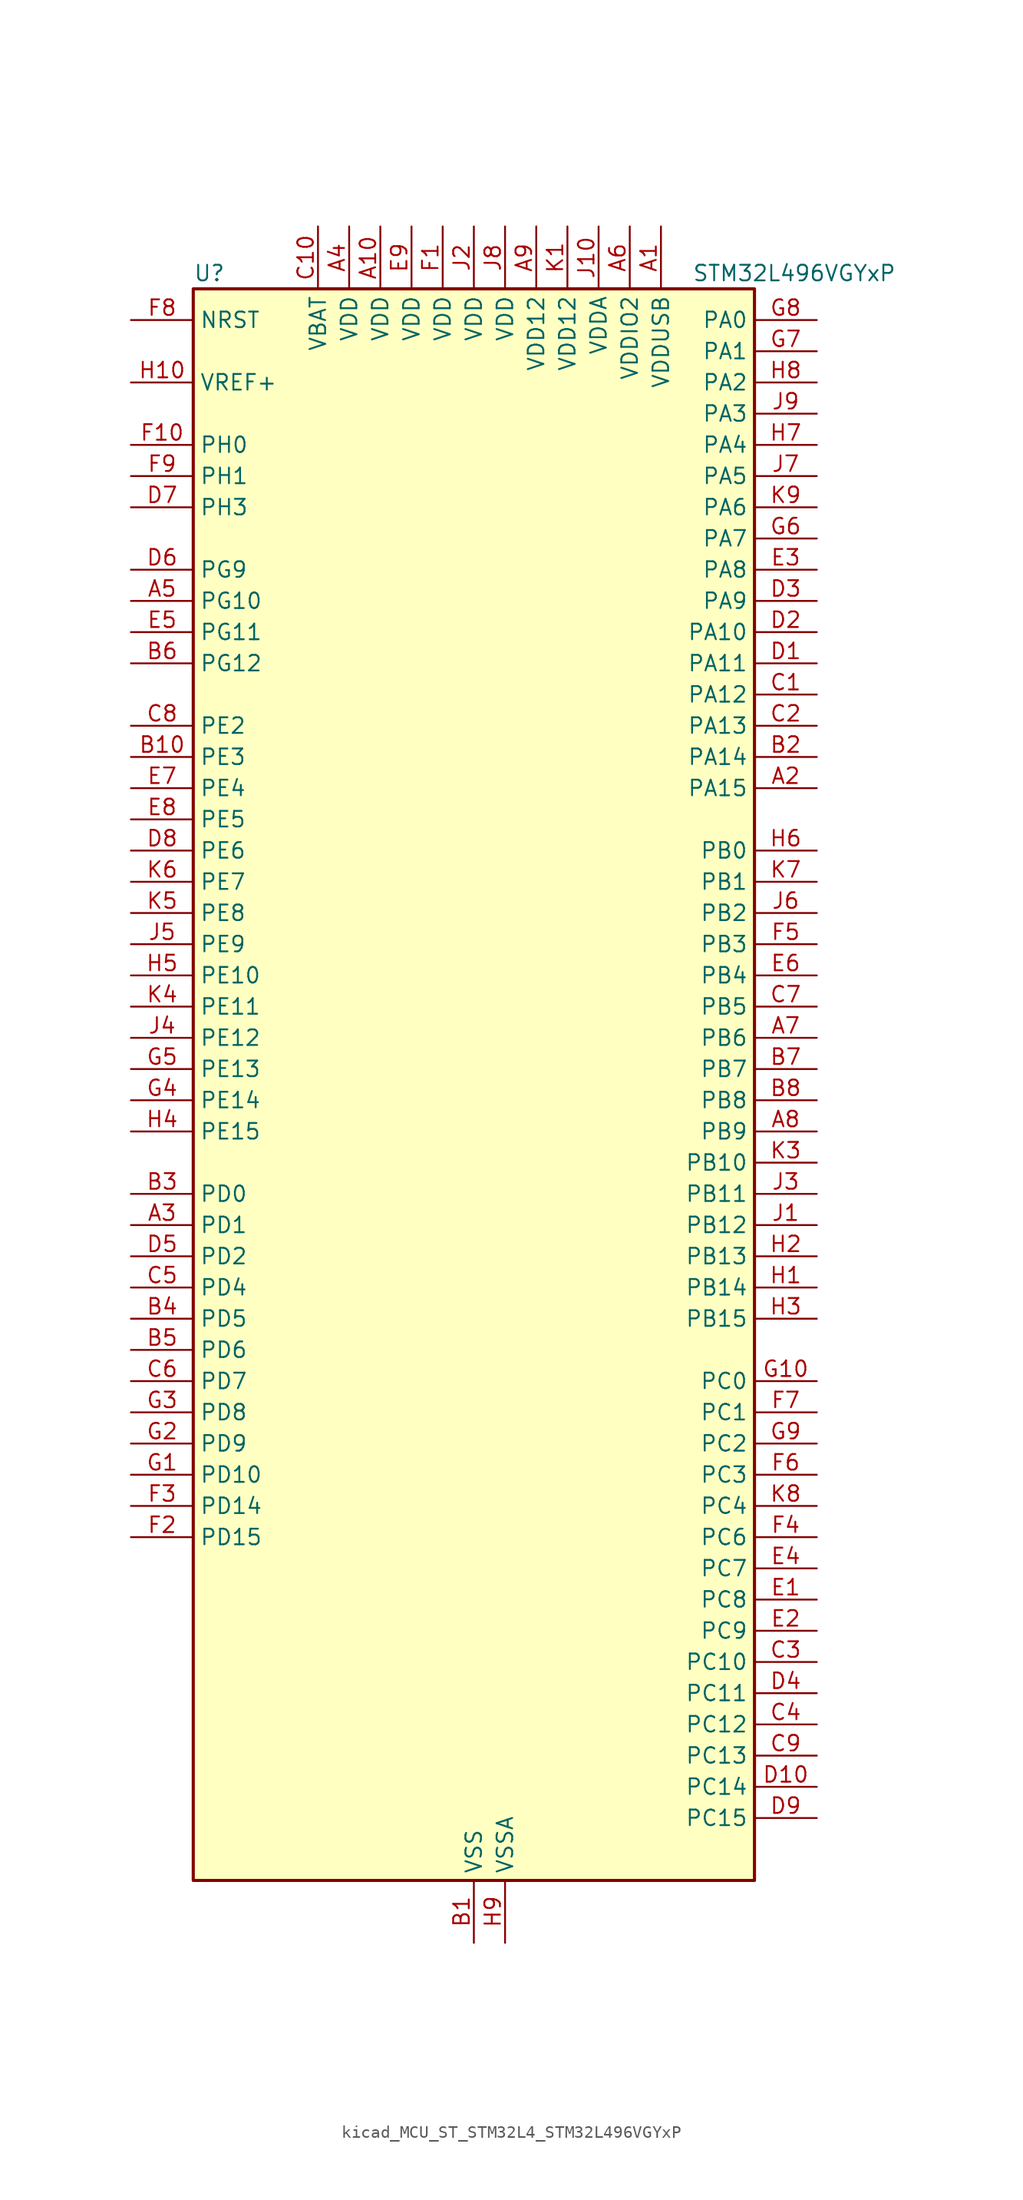
<source format=kicad_sym>
(kicad_symbol_lib
  (version 20220914)
  (generator kicad_symbol_editor)
  (symbol "kicad_MCU_ST_STM32L4_STM32L496VGYxP"
    (property "Reference" "U"
      (at -22.86 67.31 0)
      (effects (font (size 1.27 1.27)) (justify left)))
    (property "Value" "STM32L496VGYxP"
      (at 17.78 67.31 0)
      (effects (font (size 1.27 1.27)) (justify left)))
    (property "ki_locked" ""
      (at 0 0 0)
      (effects (font (size 1.27 1.27))))
    (symbol "kicad_MCU_ST_STM32L4_STM32L496VGYxP_0_1"
      (rectangle (start -22.86 -63.5) (end 22.86 66.04) (stroke (width 0.254) (type default)) (fill (type background))))
    (symbol "kicad_MCU_ST_STM32L4_STM32L496VGYxP_1_1"
      (pin power_in line (at 15.24 71.12 270) (length 5.08) (name "VDDUSB" (effects (font (size 1.27 1.27)))) (number "A1" (effects (font (size 1.27 1.27)))))
      (pin power_in line (at -7.62 71.12 270) (length 5.08) (name "VDD" (effects (font (size 1.27 1.27)))) (number "A10" (effects (font (size 1.27 1.27)))))
      (pin bidirectional line (at 27.94 25.4 180) (length 5.08) (name "PA15" (effects (font (size 1.27 1.27)))) (number "A2" (effects (font (size 1.27 1.27)))) (alternate "ADC1_EXTI15" bidirectional line) (alternate "ADC2_EXTI15" bidirectional line) (alternate "ADC3_EXTI15" bidirectional line) (alternate "LCD_SEG17" bidirectional line) (alternate "SAI2_FS_B" bidirectional line) (alternate "SPI1_NSS" bidirectional line) (alternate "SPI3_NSS" bidirectional line) (alternate "SWPMI1_SUSPEND" bidirectional line) (alternate "SYS_JTDI" bidirectional line) (alternate "TIM2_CH1" bidirectional line) (alternate "TIM2_ETR" bidirectional line) (alternate "TSC_G3_IO1" bidirectional line) (alternate "UART4_DE" bidirectional line) (alternate "UART4_RTS" bidirectional line) (alternate "USART2_RX" bidirectional line) (alternate "USART3_DE" bidirectional line) (alternate "USART3_RTS" bidirectional line))
      (pin bidirectional line (at -27.94 -10.16 0) (length 5.08) (name "PD1" (effects (font (size 1.27 1.27)))) (number "A3" (effects (font (size 1.27 1.27)))) (alternate "CAN1_TX" bidirectional line) (alternate "DFSDM1_CKIN7" bidirectional line) (alternate "FMC_D3" bidirectional line) (alternate "FMC_DA3" bidirectional line) (alternate "SPI2_SCK" bidirectional line))
      (pin power_in line (at -10.16 71.12 270) (length 5.08) (name "VDD" (effects (font (size 1.27 1.27)))) (number "A4" (effects (font (size 1.27 1.27)))))
      (pin bidirectional line (at -27.94 40.64 0) (length 5.08) (name "PG10" (effects (font (size 1.27 1.27)))) (number "A5" (effects (font (size 1.27 1.27)))) (alternate "LPTIM1_IN1" bidirectional line) (alternate "SAI2_FS_A" bidirectional line) (alternate "SPI3_MISO" bidirectional line) (alternate "TIM15_CH1" bidirectional line) (alternate "USART1_RX" bidirectional line))
      (pin power_in line (at 12.7 71.12 270) (length 5.08) (name "VDDIO2" (effects (font (size 1.27 1.27)))) (number "A6" (effects (font (size 1.27 1.27)))))
      (pin bidirectional line (at 27.94 5.08 180) (length 5.08) (name "PB6" (effects (font (size 1.27 1.27)))) (number "A7" (effects (font (size 1.27 1.27)))) (alternate "CAN2_TX" bidirectional line) (alternate "COMP2_INP" bidirectional line) (alternate "DCMI_D5" bidirectional line) (alternate "DFSDM1_DATIN5" bidirectional line) (alternate "I2C1_SCL" bidirectional line) (alternate "I2C4_SCL" bidirectional line) (alternate "LPTIM1_ETR" bidirectional line) (alternate "SAI1_FS_B" bidirectional line) (alternate "TIM16_CH1N" bidirectional line) (alternate "TIM4_CH1" bidirectional line) (alternate "TIM8_BKIN2" bidirectional line) (alternate "TIM8_BKIN2_COMP2" bidirectional line) (alternate "TSC_G2_IO3" bidirectional line) (alternate "USART1_TX" bidirectional line))
      (pin bidirectional line (at 27.94 -2.54 180) (length 5.08) (name "PB9" (effects (font (size 1.27 1.27)))) (number "A8" (effects (font (size 1.27 1.27)))) (alternate "CAN1_TX" bidirectional line) (alternate "DAC1_EXTI9" bidirectional line) (alternate "DCMI_D7" bidirectional line) (alternate "DFSDM1_CKIN6" bidirectional line) (alternate "I2C1_SDA" bidirectional line) (alternate "IR_OUT" bidirectional line) (alternate "LCD_COM3" bidirectional line) (alternate "SAI1_FS_A" bidirectional line) (alternate "SDMMC1_D5" bidirectional line) (alternate "SPI2_NSS" bidirectional line) (alternate "TIM17_CH1" bidirectional line) (alternate "TIM4_CH4" bidirectional line))
      (pin power_in line (at 5.08 71.12 270) (length 5.08) (name "VDD12" (effects (font (size 1.27 1.27)))) (number "A9" (effects (font (size 1.27 1.27)))))
      (pin power_in line (at 0 -68.58 90) (length 5.08) (name "VSS" (effects (font (size 1.27 1.27)))) (number "B1" (effects (font (size 1.27 1.27)))))
      (pin bidirectional line (at -27.94 27.94 0) (length 5.08) (name "PE3" (effects (font (size 1.27 1.27)))) (number "B10" (effects (font (size 1.27 1.27)))) (alternate "FMC_A19" bidirectional line) (alternate "LCD_SEG39" bidirectional line) (alternate "SAI1_SD_B" bidirectional line) (alternate "SYS_TRACED0" bidirectional line) (alternate "TIM3_CH1" bidirectional line) (alternate "TSC_G7_IO2" bidirectional line))
      (pin bidirectional line (at 27.94 27.94 180) (length 5.08) (name "PA14" (effects (font (size 1.27 1.27)))) (number "B2" (effects (font (size 1.27 1.27)))) (alternate "I2C1_SMBA" bidirectional line) (alternate "I2C4_SMBA" bidirectional line) (alternate "LPTIM1_OUT" bidirectional line) (alternate "SAI1_FS_B" bidirectional line) (alternate "SWPMI1_RX" bidirectional line) (alternate "SYS_JTCK-SWCLK" bidirectional line) (alternate "USB_OTG_FS_SOF" bidirectional line))
      (pin bidirectional line (at -27.94 -7.62 0) (length 5.08) (name "PD0" (effects (font (size 1.27 1.27)))) (number "B3" (effects (font (size 1.27 1.27)))) (alternate "CAN1_RX" bidirectional line) (alternate "DFSDM1_DATIN7" bidirectional line) (alternate "FMC_D2" bidirectional line) (alternate "FMC_DA2" bidirectional line) (alternate "SPI2_NSS" bidirectional line))
      (pin bidirectional line (at -27.94 -17.78 0) (length 5.08) (name "PD5" (effects (font (size 1.27 1.27)))) (number "B4" (effects (font (size 1.27 1.27)))) (alternate "FMC_NWE" bidirectional line) (alternate "QUADSPI_BK2_IO1" bidirectional line) (alternate "USART2_TX" bidirectional line))
      (pin bidirectional line (at -27.94 -20.32 0) (length 5.08) (name "PD6" (effects (font (size 1.27 1.27)))) (number "B5" (effects (font (size 1.27 1.27)))) (alternate "DCMI_D10" bidirectional line) (alternate "DFSDM1_DATIN1" bidirectional line) (alternate "FMC_NWAIT" bidirectional line) (alternate "QUADSPI_BK2_IO1" bidirectional line) (alternate "QUADSPI_BK2_IO2" bidirectional line) (alternate "SAI1_SD_A" bidirectional line) (alternate "USART2_RX" bidirectional line))
      (pin bidirectional line (at -27.94 35.56 0) (length 5.08) (name "PG12" (effects (font (size 1.27 1.27)))) (number "B6" (effects (font (size 1.27 1.27)))) (alternate "LPTIM1_ETR" bidirectional line) (alternate "SAI2_SD_A" bidirectional line) (alternate "SPI3_NSS" bidirectional line) (alternate "USART1_DE" bidirectional line) (alternate "USART1_RTS" bidirectional line))
      (pin bidirectional line (at 27.94 2.54 180) (length 5.08) (name "PB7" (effects (font (size 1.27 1.27)))) (number "B7" (effects (font (size 1.27 1.27)))) (alternate "COMP2_INM" bidirectional line) (alternate "DCMI_VSYNC" bidirectional line) (alternate "DFSDM1_CKIN5" bidirectional line) (alternate "FMC_NL" bidirectional line) (alternate "I2C1_SDA" bidirectional line) (alternate "I2C4_SDA" bidirectional line) (alternate "LCD_SEG21" bidirectional line) (alternate "LPTIM1_IN2" bidirectional line) (alternate "SYS_PVD_IN" bidirectional line) (alternate "TIM17_CH1N" bidirectional line) (alternate "TIM4_CH2" bidirectional line) (alternate "TIM8_BKIN" bidirectional line) (alternate "TIM8_BKIN_COMP1" bidirectional line) (alternate "TSC_G2_IO4" bidirectional line) (alternate "UART4_CTS" bidirectional line) (alternate "USART1_RX" bidirectional line))
      (pin bidirectional line (at 27.94 0 180) (length 5.08) (name "PB8" (effects (font (size 1.27 1.27)))) (number "B8" (effects (font (size 1.27 1.27)))) (alternate "CAN1_RX" bidirectional line) (alternate "DCMI_D6" bidirectional line) (alternate "DFSDM1_DATIN6" bidirectional line) (alternate "I2C1_SCL" bidirectional line) (alternate "LCD_SEG16" bidirectional line) (alternate "SAI1_MCLK_A" bidirectional line) (alternate "SDMMC1_D4" bidirectional line) (alternate "TIM16_CH1" bidirectional line) (alternate "TIM4_CH3" bidirectional line))
      (pin passive line (at 0 -68.58 90) (length 5.08) hide (name "VSS" (effects (font (size 1.27 1.27)))) (number "B9" (effects (font (size 1.27 1.27)))))
      (pin bidirectional line (at 27.94 33.02 180) (length 5.08) (name "PA12" (effects (font (size 1.27 1.27)))) (number "C1" (effects (font (size 1.27 1.27)))) (alternate "CAN1_TX" bidirectional line) (alternate "SPI1_MOSI" bidirectional line) (alternate "TIM1_ETR" bidirectional line) (alternate "USART1_DE" bidirectional line) (alternate "USART1_RTS" bidirectional line) (alternate "USB_OTG_FS_DP" bidirectional line))
      (pin power_in line (at -12.7 71.12 270) (length 5.08) (name "VBAT" (effects (font (size 1.27 1.27)))) (number "C10" (effects (font (size 1.27 1.27)))))
      (pin bidirectional line (at 27.94 30.48 180) (length 5.08) (name "PA13" (effects (font (size 1.27 1.27)))) (number "C2" (effects (font (size 1.27 1.27)))) (alternate "IR_OUT" bidirectional line) (alternate "SAI1_SD_B" bidirectional line) (alternate "SWPMI1_TX" bidirectional line) (alternate "SYS_JTMS-SWDIO" bidirectional line) (alternate "USB_OTG_FS_NOE" bidirectional line))
      (pin bidirectional line (at 27.94 -45.72 180) (length 5.08) (name "PC10" (effects (font (size 1.27 1.27)))) (number "C3" (effects (font (size 1.27 1.27)))) (alternate "DCMI_D8" bidirectional line) (alternate "LCD_COM4" bidirectional line) (alternate "LCD_SEG28" bidirectional line) (alternate "LCD_SEG40" bidirectional line) (alternate "SAI2_SCK_B" bidirectional line) (alternate "SDMMC1_D2" bidirectional line) (alternate "SPI3_SCK" bidirectional line) (alternate "SYS_TRACED1" bidirectional line) (alternate "TSC_G3_IO2" bidirectional line) (alternate "UART4_TX" bidirectional line) (alternate "USART3_TX" bidirectional line))
      (pin bidirectional line (at 27.94 -50.8 180) (length 5.08) (name "PC12" (effects (font (size 1.27 1.27)))) (number "C4" (effects (font (size 1.27 1.27)))) (alternate "DCMI_D9" bidirectional line) (alternate "LCD_COM6" bidirectional line) (alternate "LCD_SEG30" bidirectional line) (alternate "LCD_SEG42" bidirectional line) (alternate "SAI2_SD_B" bidirectional line) (alternate "SDMMC1_CK" bidirectional line) (alternate "SPI3_MOSI" bidirectional line) (alternate "SYS_TRACED3" bidirectional line) (alternate "TSC_G3_IO4" bidirectional line) (alternate "UART5_TX" bidirectional line) (alternate "USART3_CK" bidirectional line))
      (pin bidirectional line (at -27.94 -15.24 0) (length 5.08) (name "PD4" (effects (font (size 1.27 1.27)))) (number "C5" (effects (font (size 1.27 1.27)))) (alternate "DFSDM1_CKIN0" bidirectional line) (alternate "FMC_NOE" bidirectional line) (alternate "QUADSPI_BK2_IO0" bidirectional line) (alternate "SPI2_MOSI" bidirectional line) (alternate "USART2_DE" bidirectional line) (alternate "USART2_RTS" bidirectional line))
      (pin bidirectional line (at -27.94 -22.86 0) (length 5.08) (name "PD7" (effects (font (size 1.27 1.27)))) (number "C6" (effects (font (size 1.27 1.27)))) (alternate "DFSDM1_CKIN1" bidirectional line) (alternate "FMC_NE1" bidirectional line) (alternate "QUADSPI_BK2_IO3" bidirectional line) (alternate "USART2_CK" bidirectional line))
      (pin bidirectional line (at 27.94 7.62 180) (length 5.08) (name "PB5" (effects (font (size 1.27 1.27)))) (number "C7" (effects (font (size 1.27 1.27)))) (alternate "CAN2_RX" bidirectional line) (alternate "COMP2_OUT" bidirectional line) (alternate "DCMI_D10" bidirectional line) (alternate "I2C1_SMBA" bidirectional line) (alternate "LCD_SEG9" bidirectional line) (alternate "LPTIM1_IN1" bidirectional line) (alternate "SAI1_SD_B" bidirectional line) (alternate "SPI1_MOSI" bidirectional line) (alternate "SPI3_MOSI" bidirectional line) (alternate "TIM16_BKIN" bidirectional line) (alternate "TIM3_CH2" bidirectional line) (alternate "TSC_G2_IO2" bidirectional line) (alternate "UART5_CTS" bidirectional line) (alternate "USART1_CK" bidirectional line))
      (pin bidirectional line (at -27.94 30.48 0) (length 5.08) (name "PE2" (effects (font (size 1.27 1.27)))) (number "C8" (effects (font (size 1.27 1.27)))) (alternate "FMC_A23" bidirectional line) (alternate "LCD_SEG38" bidirectional line) (alternate "SAI1_MCLK_A" bidirectional line) (alternate "SYS_TRACECLK" bidirectional line) (alternate "TIM3_ETR" bidirectional line) (alternate "TSC_G7_IO1" bidirectional line))
      (pin bidirectional line (at 27.94 -53.34 180) (length 5.08) (name "PC13" (effects (font (size 1.27 1.27)))) (number "C9" (effects (font (size 1.27 1.27)))) (alternate "RTC_OUT_ALARM" bidirectional line) (alternate "RTC_OUT_CALIB" bidirectional line) (alternate "RTC_TAMP1" bidirectional line) (alternate "RTC_TS" bidirectional line) (alternate "SYS_WKUP2" bidirectional line))
      (pin bidirectional line (at 27.94 35.56 180) (length 5.08) (name "PA11" (effects (font (size 1.27 1.27)))) (number "D1" (effects (font (size 1.27 1.27)))) (alternate "ADC1_EXTI11" bidirectional line) (alternate "ADC2_EXTI11" bidirectional line) (alternate "ADC3_EXTI11" bidirectional line) (alternate "CAN1_RX" bidirectional line) (alternate "SPI1_MISO" bidirectional line) (alternate "TIM1_BKIN2" bidirectional line) (alternate "TIM1_BKIN2_COMP1" bidirectional line) (alternate "TIM1_CH4" bidirectional line) (alternate "USART1_CTS" bidirectional line) (alternate "USB_OTG_FS_DM" bidirectional line))
      (pin bidirectional line (at 27.94 -55.88 180) (length 5.08) (name "PC14" (effects (font (size 1.27 1.27)))) (number "D10" (effects (font (size 1.27 1.27)))) (alternate "RCC_OSC32_IN" bidirectional line))
      (pin bidirectional line (at 27.94 38.1 180) (length 5.08) (name "PA10" (effects (font (size 1.27 1.27)))) (number "D2" (effects (font (size 1.27 1.27)))) (alternate "DCMI_D1" bidirectional line) (alternate "LCD_COM2" bidirectional line) (alternate "SAI1_SD_A" bidirectional line) (alternate "TIM17_BKIN" bidirectional line) (alternate "TIM1_CH3" bidirectional line) (alternate "USART1_RX" bidirectional line) (alternate "USB_OTG_FS_ID" bidirectional line))
      (pin bidirectional line (at 27.94 40.64 180) (length 5.08) (name "PA9" (effects (font (size 1.27 1.27)))) (number "D3" (effects (font (size 1.27 1.27)))) (alternate "DAC1_EXTI9" bidirectional line) (alternate "DCMI_D0" bidirectional line) (alternate "LCD_COM1" bidirectional line) (alternate "SAI1_FS_A" bidirectional line) (alternate "SPI2_SCK" bidirectional line) (alternate "TIM15_BKIN" bidirectional line) (alternate "TIM1_CH2" bidirectional line) (alternate "USART1_TX" bidirectional line) (alternate "USB_OTG_FS_VBUS" bidirectional line))
      (pin bidirectional line (at 27.94 -48.26 180) (length 5.08) (name "PC11" (effects (font (size 1.27 1.27)))) (number "D4" (effects (font (size 1.27 1.27)))) (alternate "ADC1_EXTI11" bidirectional line) (alternate "ADC2_EXTI11" bidirectional line) (alternate "ADC3_EXTI11" bidirectional line) (alternate "DCMI_D4" bidirectional line) (alternate "LCD_COM5" bidirectional line) (alternate "LCD_SEG29" bidirectional line) (alternate "LCD_SEG41" bidirectional line) (alternate "QUADSPI_BK2_NCS" bidirectional line) (alternate "SAI2_MCLK_B" bidirectional line) (alternate "SDMMC1_D3" bidirectional line) (alternate "SPI3_MISO" bidirectional line) (alternate "TSC_G3_IO3" bidirectional line) (alternate "UART4_RX" bidirectional line) (alternate "USART3_RX" bidirectional line))
      (pin bidirectional line (at -27.94 -12.7 0) (length 5.08) (name "PD2" (effects (font (size 1.27 1.27)))) (number "D5" (effects (font (size 1.27 1.27)))) (alternate "DCMI_D11" bidirectional line) (alternate "LCD_COM7" bidirectional line) (alternate "LCD_SEG31" bidirectional line) (alternate "LCD_SEG43" bidirectional line) (alternate "SDMMC1_CMD" bidirectional line) (alternate "SYS_TRACED2" bidirectional line) (alternate "TIM3_ETR" bidirectional line) (alternate "TSC_SYNC" bidirectional line) (alternate "UART5_RX" bidirectional line) (alternate "USART3_DE" bidirectional line) (alternate "USART3_RTS" bidirectional line))
      (pin bidirectional line (at -27.94 43.18 0) (length 5.08) (name "PG9" (effects (font (size 1.27 1.27)))) (number "D6" (effects (font (size 1.27 1.27)))) (alternate "DAC1_EXTI9" bidirectional line) (alternate "FMC_NCE" bidirectional line) (alternate "SAI2_SCK_A" bidirectional line) (alternate "SPI3_SCK" bidirectional line) (alternate "TIM15_CH1N" bidirectional line) (alternate "USART1_TX" bidirectional line))
      (pin bidirectional line (at -27.94 48.26 0) (length 5.08) (name "PH3" (effects (font (size 1.27 1.27)))) (number "D7" (effects (font (size 1.27 1.27)))))
      (pin bidirectional line (at -27.94 20.32 0) (length 5.08) (name "PE6" (effects (font (size 1.27 1.27)))) (number "D8" (effects (font (size 1.27 1.27)))) (alternate "DCMI_D7" bidirectional line) (alternate "FMC_A22" bidirectional line) (alternate "RTC_TAMP3" bidirectional line) (alternate "SAI1_SD_A" bidirectional line) (alternate "SYS_TRACED3" bidirectional line) (alternate "SYS_WKUP3" bidirectional line) (alternate "TIM3_CH4" bidirectional line))
      (pin bidirectional line (at 27.94 -58.42 180) (length 5.08) (name "PC15" (effects (font (size 1.27 1.27)))) (number "D9" (effects (font (size 1.27 1.27)))) (alternate "ADC1_EXTI15" bidirectional line) (alternate "ADC2_EXTI15" bidirectional line) (alternate "ADC3_EXTI15" bidirectional line) (alternate "RCC_OSC32_OUT" bidirectional line))
      (pin bidirectional line (at 27.94 -40.64 180) (length 5.08) (name "PC8" (effects (font (size 1.27 1.27)))) (number "E1" (effects (font (size 1.27 1.27)))) (alternate "DCMI_D2" bidirectional line) (alternate "LCD_SEG26" bidirectional line) (alternate "SDMMC1_D0" bidirectional line) (alternate "TIM3_CH3" bidirectional line) (alternate "TIM8_CH3" bidirectional line) (alternate "TSC_G4_IO3" bidirectional line))
      (pin passive line (at 0 -68.58 90) (length 5.08) hide (name "VSS" (effects (font (size 1.27 1.27)))) (number "E10" (effects (font (size 1.27 1.27)))))
      (pin bidirectional line (at 27.94 -43.18 180) (length 5.08) (name "PC9" (effects (font (size 1.27 1.27)))) (number "E2" (effects (font (size 1.27 1.27)))) (alternate "DAC1_EXTI9" bidirectional line) (alternate "DCMI_D3" bidirectional line) (alternate "I2C3_SDA" bidirectional line) (alternate "LCD_SEG27" bidirectional line) (alternate "SAI2_EXTCLK" bidirectional line) (alternate "SDMMC1_D1" bidirectional line) (alternate "TIM3_CH4" bidirectional line) (alternate "TIM8_BKIN2" bidirectional line) (alternate "TIM8_BKIN2_COMP1" bidirectional line) (alternate "TIM8_CH4" bidirectional line) (alternate "TSC_G4_IO4" bidirectional line) (alternate "USB_OTG_FS_NOE" bidirectional line))
      (pin bidirectional line (at 27.94 43.18 180) (length 5.08) (name "PA8" (effects (font (size 1.27 1.27)))) (number "E3" (effects (font (size 1.27 1.27)))) (alternate "LCD_COM0" bidirectional line) (alternate "LPTIM2_OUT" bidirectional line) (alternate "RCC_MCO" bidirectional line) (alternate "SAI1_SCK_A" bidirectional line) (alternate "SWPMI1_IO" bidirectional line) (alternate "TIM1_CH1" bidirectional line) (alternate "USART1_CK" bidirectional line) (alternate "USB_OTG_FS_SOF" bidirectional line))
      (pin bidirectional line (at 27.94 -38.1 180) (length 5.08) (name "PC7" (effects (font (size 1.27 1.27)))) (number "E4" (effects (font (size 1.27 1.27)))) (alternate "DCMI_D1" bidirectional line) (alternate "DFSDM1_DATIN3" bidirectional line) (alternate "LCD_SEG25" bidirectional line) (alternate "SAI2_MCLK_B" bidirectional line) (alternate "SDMMC1_D7" bidirectional line) (alternate "TIM3_CH2" bidirectional line) (alternate "TIM8_CH2" bidirectional line) (alternate "TSC_G4_IO2" bidirectional line))
      (pin bidirectional line (at -27.94 38.1 0) (length 5.08) (name "PG11" (effects (font (size 1.27 1.27)))) (number "E5" (effects (font (size 1.27 1.27)))) (alternate "ADC1_EXTI11" bidirectional line) (alternate "ADC2_EXTI11" bidirectional line) (alternate "ADC3_EXTI11" bidirectional line) (alternate "LPTIM1_IN2" bidirectional line) (alternate "SAI2_MCLK_A" bidirectional line) (alternate "SPI3_MOSI" bidirectional line) (alternate "TIM15_CH2" bidirectional line) (alternate "USART1_CTS" bidirectional line))
      (pin bidirectional line (at 27.94 10.16 180) (length 5.08) (name "PB4" (effects (font (size 1.27 1.27)))) (number "E6" (effects (font (size 1.27 1.27)))) (alternate "COMP2_INP" bidirectional line) (alternate "DCMI_D12" bidirectional line) (alternate "I2C3_SDA" bidirectional line) (alternate "LCD_SEG8" bidirectional line) (alternate "SAI1_MCLK_B" bidirectional line) (alternate "SPI1_MISO" bidirectional line) (alternate "SPI3_MISO" bidirectional line) (alternate "SYS_JTRST" bidirectional line) (alternate "TIM17_BKIN" bidirectional line) (alternate "TIM3_CH1" bidirectional line) (alternate "TSC_G2_IO1" bidirectional line) (alternate "UART5_DE" bidirectional line) (alternate "UART5_RTS" bidirectional line) (alternate "USART1_CTS" bidirectional line))
      (pin bidirectional line (at -27.94 25.4 0) (length 5.08) (name "PE4" (effects (font (size 1.27 1.27)))) (number "E7" (effects (font (size 1.27 1.27)))) (alternate "DCMI_D4" bidirectional line) (alternate "DFSDM1_DATIN3" bidirectional line) (alternate "FMC_A20" bidirectional line) (alternate "SAI1_FS_A" bidirectional line) (alternate "SYS_TRACED1" bidirectional line) (alternate "TIM3_CH2" bidirectional line) (alternate "TSC_G7_IO3" bidirectional line))
      (pin bidirectional line (at -27.94 22.86 0) (length 5.08) (name "PE5" (effects (font (size 1.27 1.27)))) (number "E8" (effects (font (size 1.27 1.27)))) (alternate "DCMI_D6" bidirectional line) (alternate "DFSDM1_CKIN3" bidirectional line) (alternate "FMC_A21" bidirectional line) (alternate "SAI1_SCK_A" bidirectional line) (alternate "SYS_TRACED2" bidirectional line) (alternate "TIM3_CH3" bidirectional line) (alternate "TSC_G7_IO4" bidirectional line))
      (pin power_in line (at -5.08 71.12 270) (length 5.08) (name "VDD" (effects (font (size 1.27 1.27)))) (number "E9" (effects (font (size 1.27 1.27)))))
      (pin power_in line (at -2.54 71.12 270) (length 5.08) (name "VDD" (effects (font (size 1.27 1.27)))) (number "F1" (effects (font (size 1.27 1.27)))))
      (pin bidirectional line (at -27.94 53.34 0) (length 5.08) (name "PH0" (effects (font (size 1.27 1.27)))) (number "F10" (effects (font (size 1.27 1.27)))) (alternate "RCC_OSC_IN" bidirectional line))
      (pin bidirectional line (at -27.94 -35.56 0) (length 5.08) (name "PD15" (effects (font (size 1.27 1.27)))) (number "F2" (effects (font (size 1.27 1.27)))) (alternate "ADC1_EXTI15" bidirectional line) (alternate "ADC2_EXTI15" bidirectional line) (alternate "ADC3_EXTI15" bidirectional line) (alternate "FMC_D1" bidirectional line) (alternate "FMC_DA1" bidirectional line) (alternate "LCD_SEG35" bidirectional line) (alternate "TIM4_CH4" bidirectional line))
      (pin bidirectional line (at -27.94 -33.02 0) (length 5.08) (name "PD14" (effects (font (size 1.27 1.27)))) (number "F3" (effects (font (size 1.27 1.27)))) (alternate "FMC_D0" bidirectional line) (alternate "FMC_DA0" bidirectional line) (alternate "LCD_SEG34" bidirectional line) (alternate "TIM4_CH3" bidirectional line))
      (pin bidirectional line (at 27.94 -35.56 180) (length 5.08) (name "PC6" (effects (font (size 1.27 1.27)))) (number "F4" (effects (font (size 1.27 1.27)))) (alternate "DCMI_D0" bidirectional line) (alternate "DFSDM1_CKIN3" bidirectional line) (alternate "LCD_SEG24" bidirectional line) (alternate "SAI2_MCLK_A" bidirectional line) (alternate "SDMMC1_D6" bidirectional line) (alternate "TIM3_CH1" bidirectional line) (alternate "TIM8_CH1" bidirectional line) (alternate "TSC_G4_IO1" bidirectional line))
      (pin bidirectional line (at 27.94 12.7 180) (length 5.08) (name "PB3" (effects (font (size 1.27 1.27)))) (number "F5" (effects (font (size 1.27 1.27)))) (alternate "COMP2_INM" bidirectional line) (alternate "CRS_SYNC" bidirectional line) (alternate "LCD_SEG7" bidirectional line) (alternate "SAI1_SCK_B" bidirectional line) (alternate "SPI1_SCK" bidirectional line) (alternate "SPI3_SCK" bidirectional line) (alternate "SYS_JTDO-SWO" bidirectional line) (alternate "TIM2_CH2" bidirectional line) (alternate "USART1_DE" bidirectional line) (alternate "USART1_RTS" bidirectional line))
      (pin bidirectional line (at 27.94 -30.48 180) (length 5.08) (name "PC3" (effects (font (size 1.27 1.27)))) (number "F6" (effects (font (size 1.27 1.27)))) (alternate "ADC1_IN4" bidirectional line) (alternate "ADC2_IN4" bidirectional line) (alternate "ADC3_IN4" bidirectional line) (alternate "LCD_VLCD" bidirectional line) (alternate "LPTIM1_ETR" bidirectional line) (alternate "LPTIM2_ETR" bidirectional line) (alternate "QUADSPI_BK2_IO2" bidirectional line) (alternate "SAI1_SD_A" bidirectional line) (alternate "SPI2_MOSI" bidirectional line))
      (pin bidirectional line (at 27.94 -25.4 180) (length 5.08) (name "PC1" (effects (font (size 1.27 1.27)))) (number "F7" (effects (font (size 1.27 1.27)))) (alternate "ADC1_IN2" bidirectional line) (alternate "ADC2_IN2" bidirectional line) (alternate "ADC3_IN2" bidirectional line) (alternate "DFSDM1_CKIN4" bidirectional line) (alternate "I2C3_SDA" bidirectional line) (alternate "I2C4_SDA" bidirectional line) (alternate "LCD_SEG19" bidirectional line) (alternate "LPTIM1_OUT" bidirectional line) (alternate "LPUART1_TX" bidirectional line) (alternate "QUADSPI_BK2_IO0" bidirectional line) (alternate "SAI1_SD_A" bidirectional line) (alternate "SPI2_MOSI" bidirectional line) (alternate "SYS_TRACED0" bidirectional line))
      (pin input line (at -27.94 63.5 0) (length 5.08) (name "NRST" (effects (font (size 1.27 1.27)))) (number "F8" (effects (font (size 1.27 1.27)))))
      (pin bidirectional line (at -27.94 50.8 0) (length 5.08) (name "PH1" (effects (font (size 1.27 1.27)))) (number "F9" (effects (font (size 1.27 1.27)))) (alternate "RCC_OSC_OUT" bidirectional line))
      (pin bidirectional line (at -27.94 -30.48 0) (length 5.08) (name "PD10" (effects (font (size 1.27 1.27)))) (number "G1" (effects (font (size 1.27 1.27)))) (alternate "FMC_D15" bidirectional line) (alternate "FMC_DA15" bidirectional line) (alternate "LCD_SEG30" bidirectional line) (alternate "SAI2_SCK_A" bidirectional line) (alternate "USART3_CK" bidirectional line))
      (pin bidirectional line (at 27.94 -22.86 180) (length 5.08) (name "PC0" (effects (font (size 1.27 1.27)))) (number "G10" (effects (font (size 1.27 1.27)))) (alternate "ADC1_IN1" bidirectional line) (alternate "ADC2_IN1" bidirectional line) (alternate "ADC3_IN1" bidirectional line) (alternate "DFSDM1_DATIN4" bidirectional line) (alternate "I2C3_SCL" bidirectional line) (alternate "I2C4_SCL" bidirectional line) (alternate "LCD_SEG18" bidirectional line) (alternate "LPTIM1_IN1" bidirectional line) (alternate "LPTIM2_IN1" bidirectional line) (alternate "LPUART1_RX" bidirectional line))
      (pin bidirectional line (at -27.94 -27.94 0) (length 5.08) (name "PD9" (effects (font (size 1.27 1.27)))) (number "G2" (effects (font (size 1.27 1.27)))) (alternate "DAC1_EXTI9" bidirectional line) (alternate "DCMI_PIXCLK" bidirectional line) (alternate "FMC_D14" bidirectional line) (alternate "FMC_DA14" bidirectional line) (alternate "LCD_SEG29" bidirectional line) (alternate "SAI2_MCLK_A" bidirectional line) (alternate "USART3_RX" bidirectional line))
      (pin bidirectional line (at -27.94 -25.4 0) (length 5.08) (name "PD8" (effects (font (size 1.27 1.27)))) (number "G3" (effects (font (size 1.27 1.27)))) (alternate "DCMI_HSYNC" bidirectional line) (alternate "FMC_D13" bidirectional line) (alternate "FMC_DA13" bidirectional line) (alternate "LCD_SEG28" bidirectional line) (alternate "USART3_TX" bidirectional line))
      (pin bidirectional line (at -27.94 0 0) (length 5.08) (name "PE14" (effects (font (size 1.27 1.27)))) (number "G4" (effects (font (size 1.27 1.27)))) (alternate "FMC_D11" bidirectional line) (alternate "FMC_DA11" bidirectional line) (alternate "QUADSPI_BK1_IO2" bidirectional line) (alternate "SPI1_MISO" bidirectional line) (alternate "TIM1_BKIN2" bidirectional line) (alternate "TIM1_BKIN2_COMP2" bidirectional line) (alternate "TIM1_CH4" bidirectional line))
      (pin bidirectional line (at -27.94 2.54 0) (length 5.08) (name "PE13" (effects (font (size 1.27 1.27)))) (number "G5" (effects (font (size 1.27 1.27)))) (alternate "DFSDM1_CKIN5" bidirectional line) (alternate "FMC_D10" bidirectional line) (alternate "FMC_DA10" bidirectional line) (alternate "QUADSPI_BK1_IO1" bidirectional line) (alternate "SPI1_SCK" bidirectional line) (alternate "TIM1_CH3" bidirectional line) (alternate "TSC_G5_IO4" bidirectional line))
      (pin bidirectional line (at 27.94 45.72 180) (length 5.08) (name "PA7" (effects (font (size 1.27 1.27)))) (number "G6" (effects (font (size 1.27 1.27)))) (alternate "ADC1_IN12" bidirectional line) (alternate "ADC2_IN12" bidirectional line) (alternate "I2C3_SCL" bidirectional line) (alternate "LCD_SEG4" bidirectional line) (alternate "OPAMP2_VINM" bidirectional line) (alternate "QUADSPI_BK1_IO2" bidirectional line) (alternate "SPI1_MOSI" bidirectional line) (alternate "TIM17_CH1" bidirectional line) (alternate "TIM1_CH1N" bidirectional line) (alternate "TIM3_CH2" bidirectional line) (alternate "TIM8_CH1N" bidirectional line))
      (pin bidirectional line (at 27.94 60.96 180) (length 5.08) (name "PA1" (effects (font (size 1.27 1.27)))) (number "G7" (effects (font (size 1.27 1.27)))) (alternate "ADC1_IN6" bidirectional line) (alternate "ADC2_IN6" bidirectional line) (alternate "I2C1_SMBA" bidirectional line) (alternate "LCD_SEG0" bidirectional line) (alternate "OPAMP1_VINM" bidirectional line) (alternate "SPI1_SCK" bidirectional line) (alternate "TIM15_CH1N" bidirectional line) (alternate "TIM2_CH2" bidirectional line) (alternate "TIM5_CH2" bidirectional line) (alternate "UART4_RX" bidirectional line) (alternate "USART2_DE" bidirectional line) (alternate "USART2_RTS" bidirectional line))
      (pin bidirectional line (at 27.94 63.5 180) (length 5.08) (name "PA0" (effects (font (size 1.27 1.27)))) (number "G8" (effects (font (size 1.27 1.27)))) (alternate "ADC1_IN5" bidirectional line) (alternate "ADC2_IN5" bidirectional line) (alternate "OPAMP1_VINP" bidirectional line) (alternate "RTC_TAMP2" bidirectional line) (alternate "SAI1_EXTCLK" bidirectional line) (alternate "SYS_WKUP1" bidirectional line) (alternate "TIM2_CH1" bidirectional line) (alternate "TIM2_ETR" bidirectional line) (alternate "TIM5_CH1" bidirectional line) (alternate "TIM8_ETR" bidirectional line) (alternate "UART4_TX" bidirectional line) (alternate "USART2_CTS" bidirectional line))
      (pin bidirectional line (at 27.94 -27.94 180) (length 5.08) (name "PC2" (effects (font (size 1.27 1.27)))) (number "G9" (effects (font (size 1.27 1.27)))) (alternate "ADC1_IN3" bidirectional line) (alternate "ADC2_IN3" bidirectional line) (alternate "ADC3_IN3" bidirectional line) (alternate "DFSDM1_CKOUT" bidirectional line) (alternate "LCD_SEG20" bidirectional line) (alternate "LPTIM1_IN2" bidirectional line) (alternate "QUADSPI_BK2_IO1" bidirectional line) (alternate "SPI2_MISO" bidirectional line))
      (pin bidirectional line (at 27.94 -15.24 180) (length 5.08) (name "PB14" (effects (font (size 1.27 1.27)))) (number "H1" (effects (font (size 1.27 1.27)))) (alternate "DFSDM1_DATIN2" bidirectional line) (alternate "I2C2_SDA" bidirectional line) (alternate "LCD_SEG14" bidirectional line) (alternate "SAI2_MCLK_A" bidirectional line) (alternate "SPI2_MISO" bidirectional line) (alternate "SWPMI1_RX" bidirectional line) (alternate "TIM15_CH1" bidirectional line) (alternate "TIM1_CH2N" bidirectional line) (alternate "TIM8_CH2N" bidirectional line) (alternate "TSC_G1_IO3" bidirectional line) (alternate "USART3_DE" bidirectional line) (alternate "USART3_RTS" bidirectional line))
      (pin input line (at -27.94 58.42 0) (length 5.08) (name "VREF+" (effects (font (size 1.27 1.27)))) (number "H10" (effects (font (size 1.27 1.27)))) (alternate "VREFBUF_OUT" bidirectional line))
      (pin bidirectional line (at 27.94 -12.7 180) (length 5.08) (name "PB13" (effects (font (size 1.27 1.27)))) (number "H2" (effects (font (size 1.27 1.27)))) (alternate "CAN2_TX" bidirectional line) (alternate "DFSDM1_CKIN1" bidirectional line) (alternate "I2C2_SCL" bidirectional line) (alternate "LCD_SEG13" bidirectional line) (alternate "LPUART1_CTS" bidirectional line) (alternate "SAI2_SCK_A" bidirectional line) (alternate "SPI2_SCK" bidirectional line) (alternate "SWPMI1_TX" bidirectional line) (alternate "TIM15_CH1N" bidirectional line) (alternate "TIM1_CH1N" bidirectional line) (alternate "TSC_G1_IO2" bidirectional line) (alternate "USART3_CTS" bidirectional line))
      (pin bidirectional line (at 27.94 -17.78 180) (length 5.08) (name "PB15" (effects (font (size 1.27 1.27)))) (number "H3" (effects (font (size 1.27 1.27)))) (alternate "ADC1_EXTI15" bidirectional line) (alternate "ADC2_EXTI15" bidirectional line) (alternate "ADC3_EXTI15" bidirectional line) (alternate "DFSDM1_CKIN2" bidirectional line) (alternate "LCD_SEG15" bidirectional line) (alternate "RTC_REFIN" bidirectional line) (alternate "SAI2_SD_A" bidirectional line) (alternate "SPI2_MOSI" bidirectional line) (alternate "SWPMI1_SUSPEND" bidirectional line) (alternate "TIM15_CH2" bidirectional line) (alternate "TIM1_CH3N" bidirectional line) (alternate "TIM8_CH3N" bidirectional line) (alternate "TSC_G1_IO4" bidirectional line))
      (pin bidirectional line (at -27.94 -2.54 0) (length 5.08) (name "PE15" (effects (font (size 1.27 1.27)))) (number "H4" (effects (font (size 1.27 1.27)))) (alternate "ADC1_EXTI15" bidirectional line) (alternate "ADC2_EXTI15" bidirectional line) (alternate "ADC3_EXTI15" bidirectional line) (alternate "FMC_D12" bidirectional line) (alternate "FMC_DA12" bidirectional line) (alternate "QUADSPI_BK1_IO3" bidirectional line) (alternate "SPI1_MOSI" bidirectional line) (alternate "TIM1_BKIN" bidirectional line) (alternate "TIM1_BKIN_COMP1" bidirectional line))
      (pin bidirectional line (at -27.94 10.16 0) (length 5.08) (name "PE10" (effects (font (size 1.27 1.27)))) (number "H5" (effects (font (size 1.27 1.27)))) (alternate "DFSDM1_DATIN4" bidirectional line) (alternate "FMC_D7" bidirectional line) (alternate "FMC_DA7" bidirectional line) (alternate "QUADSPI_CLK" bidirectional line) (alternate "SAI1_MCLK_B" bidirectional line) (alternate "TIM1_CH2N" bidirectional line) (alternate "TSC_G5_IO1" bidirectional line))
      (pin bidirectional line (at 27.94 20.32 180) (length 5.08) (name "PB0" (effects (font (size 1.27 1.27)))) (number "H6" (effects (font (size 1.27 1.27)))) (alternate "ADC1_IN15" bidirectional line) (alternate "ADC2_IN15" bidirectional line) (alternate "COMP1_OUT" bidirectional line) (alternate "LCD_SEG5" bidirectional line) (alternate "OPAMP2_VOUT" bidirectional line) (alternate "QUADSPI_BK1_IO1" bidirectional line) (alternate "SAI1_EXTCLK" bidirectional line) (alternate "SPI1_NSS" bidirectional line) (alternate "TIM1_CH2N" bidirectional line) (alternate "TIM3_CH3" bidirectional line) (alternate "TIM8_CH2N" bidirectional line) (alternate "USART3_CK" bidirectional line))
      (pin bidirectional line (at 27.94 53.34 180) (length 5.08) (name "PA4" (effects (font (size 1.27 1.27)))) (number "H7" (effects (font (size 1.27 1.27)))) (alternate "ADC1_IN9" bidirectional line) (alternate "ADC2_IN9" bidirectional line) (alternate "DAC1_OUT1" bidirectional line) (alternate "DCMI_HSYNC" bidirectional line) (alternate "LPTIM2_OUT" bidirectional line) (alternate "SAI1_FS_B" bidirectional line) (alternate "SPI1_NSS" bidirectional line) (alternate "SPI3_NSS" bidirectional line) (alternate "USART2_CK" bidirectional line))
      (pin bidirectional line (at 27.94 58.42 180) (length 5.08) (name "PA2" (effects (font (size 1.27 1.27)))) (number "H8" (effects (font (size 1.27 1.27)))) (alternate "ADC1_IN7" bidirectional line) (alternate "ADC2_IN7" bidirectional line) (alternate "LCD_SEG1" bidirectional line) (alternate "LPUART1_TX" bidirectional line) (alternate "QUADSPI_BK1_NCS" bidirectional line) (alternate "RCC_LSCO" bidirectional line) (alternate "SAI2_EXTCLK" bidirectional line) (alternate "SYS_WKUP4" bidirectional line) (alternate "TIM15_CH1" bidirectional line) (alternate "TIM2_CH3" bidirectional line) (alternate "TIM5_CH3" bidirectional line) (alternate "USART2_TX" bidirectional line))
      (pin power_in line (at 2.54 -68.58 90) (length 5.08) (name "VSSA" (effects (font (size 1.27 1.27)))) (number "H9" (effects (font (size 1.27 1.27)))))
      (pin bidirectional line (at 27.94 -10.16 180) (length 5.08) (name "PB12" (effects (font (size 1.27 1.27)))) (number "J1" (effects (font (size 1.27 1.27)))) (alternate "CAN2_RX" bidirectional line) (alternate "DFSDM1_DATIN1" bidirectional line) (alternate "I2C2_SMBA" bidirectional line) (alternate "LCD_SEG12" bidirectional line) (alternate "LPUART1_DE" bidirectional line) (alternate "LPUART1_RTS" bidirectional line) (alternate "SAI2_FS_A" bidirectional line) (alternate "SPI2_NSS" bidirectional line) (alternate "SWPMI1_IO" bidirectional line) (alternate "TIM15_BKIN" bidirectional line) (alternate "TIM1_BKIN" bidirectional line) (alternate "TIM1_BKIN_COMP2" bidirectional line) (alternate "TSC_G1_IO1" bidirectional line) (alternate "USART3_CK" bidirectional line))
      (pin power_in line (at 10.16 71.12 270) (length 5.08) (name "VDDA" (effects (font (size 1.27 1.27)))) (number "J10" (effects (font (size 1.27 1.27)))))
      (pin power_in line (at 0 71.12 270) (length 5.08) (name "VDD" (effects (font (size 1.27 1.27)))) (number "J2" (effects (font (size 1.27 1.27)))))
      (pin bidirectional line (at 27.94 -7.62 180) (length 5.08) (name "PB11" (effects (font (size 1.27 1.27)))) (number "J3" (effects (font (size 1.27 1.27)))) (alternate "ADC1_EXTI11" bidirectional line) (alternate "ADC2_EXTI11" bidirectional line) (alternate "ADC3_EXTI11" bidirectional line) (alternate "COMP2_OUT" bidirectional line) (alternate "DFSDM1_CKIN7" bidirectional line) (alternate "I2C2_SDA" bidirectional line) (alternate "I2C4_SDA" bidirectional line) (alternate "LCD_SEG11" bidirectional line) (alternate "LPUART1_TX" bidirectional line) (alternate "QUADSPI_BK1_NCS" bidirectional line) (alternate "TIM2_CH4" bidirectional line) (alternate "USART3_RX" bidirectional line))
      (pin bidirectional line (at -27.94 5.08 0) (length 5.08) (name "PE12" (effects (font (size 1.27 1.27)))) (number "J4" (effects (font (size 1.27 1.27)))) (alternate "DFSDM1_DATIN5" bidirectional line) (alternate "FMC_D9" bidirectional line) (alternate "FMC_DA9" bidirectional line) (alternate "QUADSPI_BK1_IO0" bidirectional line) (alternate "SPI1_NSS" bidirectional line) (alternate "TIM1_CH3N" bidirectional line) (alternate "TSC_G5_IO3" bidirectional line))
      (pin bidirectional line (at -27.94 12.7 0) (length 5.08) (name "PE9" (effects (font (size 1.27 1.27)))) (number "J5" (effects (font (size 1.27 1.27)))) (alternate "DAC1_EXTI9" bidirectional line) (alternate "DFSDM1_CKOUT" bidirectional line) (alternate "FMC_D6" bidirectional line) (alternate "FMC_DA6" bidirectional line) (alternate "SAI1_FS_B" bidirectional line) (alternate "TIM1_CH1" bidirectional line))
      (pin bidirectional line (at 27.94 15.24 180) (length 5.08) (name "PB2" (effects (font (size 1.27 1.27)))) (number "J6" (effects (font (size 1.27 1.27)))) (alternate "COMP1_INP" bidirectional line) (alternate "DFSDM1_CKIN0" bidirectional line) (alternate "I2C3_SMBA" bidirectional line) (alternate "LCD_VLCD" bidirectional line) (alternate "LPTIM1_OUT" bidirectional line) (alternate "RTC_OUT_ALARM" bidirectional line) (alternate "RTC_OUT_CALIB" bidirectional line))
      (pin bidirectional line (at 27.94 50.8 180) (length 5.08) (name "PA5" (effects (font (size 1.27 1.27)))) (number "J7" (effects (font (size 1.27 1.27)))) (alternate "ADC1_IN10" bidirectional line) (alternate "ADC2_IN10" bidirectional line) (alternate "DAC1_OUT2" bidirectional line) (alternate "LPTIM2_ETR" bidirectional line) (alternate "SPI1_SCK" bidirectional line) (alternate "TIM2_CH1" bidirectional line) (alternate "TIM2_ETR" bidirectional line) (alternate "TIM8_CH1N" bidirectional line))
      (pin power_in line (at 2.54 71.12 270) (length 5.08) (name "VDD" (effects (font (size 1.27 1.27)))) (number "J8" (effects (font (size 1.27 1.27)))))
      (pin bidirectional line (at 27.94 55.88 180) (length 5.08) (name "PA3" (effects (font (size 1.27 1.27)))) (number "J9" (effects (font (size 1.27 1.27)))) (alternate "ADC1_IN8" bidirectional line) (alternate "ADC2_IN8" bidirectional line) (alternate "LCD_SEG2" bidirectional line) (alternate "LPUART1_RX" bidirectional line) (alternate "OPAMP1_VOUT" bidirectional line) (alternate "QUADSPI_CLK" bidirectional line) (alternate "SAI1_MCLK_A" bidirectional line) (alternate "TIM15_CH2" bidirectional line) (alternate "TIM2_CH4" bidirectional line) (alternate "TIM5_CH4" bidirectional line) (alternate "USART2_RX" bidirectional line))
      (pin power_in line (at 7.62 71.12 270) (length 5.08) (name "VDD12" (effects (font (size 1.27 1.27)))) (number "K1" (effects (font (size 1.27 1.27)))))
      (pin passive line (at 0 -68.58 90) (length 5.08) hide (name "VSS" (effects (font (size 1.27 1.27)))) (number "K10" (effects (font (size 1.27 1.27)))))
      (pin passive line (at 0 -68.58 90) (length 5.08) hide (name "VSS" (effects (font (size 1.27 1.27)))) (number "K2" (effects (font (size 1.27 1.27)))))
      (pin bidirectional line (at 27.94 -5.08 180) (length 5.08) (name "PB10" (effects (font (size 1.27 1.27)))) (number "K3" (effects (font (size 1.27 1.27)))) (alternate "COMP1_OUT" bidirectional line) (alternate "DFSDM1_DATIN7" bidirectional line) (alternate "I2C2_SCL" bidirectional line) (alternate "I2C4_SCL" bidirectional line) (alternate "LCD_SEG10" bidirectional line) (alternate "LPUART1_RX" bidirectional line) (alternate "QUADSPI_CLK" bidirectional line) (alternate "SAI1_SCK_A" bidirectional line) (alternate "SPI2_SCK" bidirectional line) (alternate "TIM2_CH3" bidirectional line) (alternate "TSC_SYNC" bidirectional line) (alternate "USART3_TX" bidirectional line))
      (pin bidirectional line (at -27.94 7.62 0) (length 5.08) (name "PE11" (effects (font (size 1.27 1.27)))) (number "K4" (effects (font (size 1.27 1.27)))) (alternate "ADC1_EXTI11" bidirectional line) (alternate "ADC2_EXTI11" bidirectional line) (alternate "ADC3_EXTI11" bidirectional line) (alternate "DFSDM1_CKIN4" bidirectional line) (alternate "FMC_D8" bidirectional line) (alternate "FMC_DA8" bidirectional line) (alternate "QUADSPI_BK1_NCS" bidirectional line) (alternate "TIM1_CH2" bidirectional line) (alternate "TSC_G5_IO2" bidirectional line))
      (pin bidirectional line (at -27.94 15.24 0) (length 5.08) (name "PE8" (effects (font (size 1.27 1.27)))) (number "K5" (effects (font (size 1.27 1.27)))) (alternate "DFSDM1_CKIN2" bidirectional line) (alternate "FMC_D5" bidirectional line) (alternate "FMC_DA5" bidirectional line) (alternate "SAI1_SCK_B" bidirectional line) (alternate "TIM1_CH1N" bidirectional line))
      (pin bidirectional line (at -27.94 17.78 0) (length 5.08) (name "PE7" (effects (font (size 1.27 1.27)))) (number "K6" (effects (font (size 1.27 1.27)))) (alternate "DFSDM1_DATIN2" bidirectional line) (alternate "FMC_D4" bidirectional line) (alternate "FMC_DA4" bidirectional line) (alternate "SAI1_SD_B" bidirectional line) (alternate "TIM1_ETR" bidirectional line))
      (pin bidirectional line (at 27.94 17.78 180) (length 5.08) (name "PB1" (effects (font (size 1.27 1.27)))) (number "K7" (effects (font (size 1.27 1.27)))) (alternate "ADC1_IN16" bidirectional line) (alternate "ADC2_IN16" bidirectional line) (alternate "COMP1_INM" bidirectional line) (alternate "DFSDM1_DATIN0" bidirectional line) (alternate "LCD_SEG6" bidirectional line) (alternate "LPTIM2_IN1" bidirectional line) (alternate "LPUART1_DE" bidirectional line) (alternate "LPUART1_RTS" bidirectional line) (alternate "QUADSPI_BK1_IO0" bidirectional line) (alternate "TIM1_CH3N" bidirectional line) (alternate "TIM3_CH4" bidirectional line) (alternate "TIM8_CH3N" bidirectional line) (alternate "USART3_DE" bidirectional line) (alternate "USART3_RTS" bidirectional line))
      (pin bidirectional line (at 27.94 -33.02 180) (length 5.08) (name "PC4" (effects (font (size 1.27 1.27)))) (number "K8" (effects (font (size 1.27 1.27)))) (alternate "ADC1_IN13" bidirectional line) (alternate "ADC2_IN13" bidirectional line) (alternate "COMP1_INM" bidirectional line) (alternate "LCD_SEG22" bidirectional line) (alternate "QUADSPI_BK2_IO3" bidirectional line) (alternate "USART3_TX" bidirectional line))
      (pin bidirectional line (at 27.94 48.26 180) (length 5.08) (name "PA6" (effects (font (size 1.27 1.27)))) (number "K9" (effects (font (size 1.27 1.27)))) (alternate "ADC1_IN11" bidirectional line) (alternate "ADC2_IN11" bidirectional line) (alternate "DCMI_PIXCLK" bidirectional line) (alternate "LCD_SEG3" bidirectional line) (alternate "LPUART1_CTS" bidirectional line) (alternate "OPAMP2_VINP" bidirectional line) (alternate "QUADSPI_BK1_IO3" bidirectional line) (alternate "SPI1_MISO" bidirectional line) (alternate "TIM16_CH1" bidirectional line) (alternate "TIM1_BKIN" bidirectional line) (alternate "TIM1_BKIN_COMP2" bidirectional line) (alternate "TIM3_CH1" bidirectional line) (alternate "TIM8_BKIN" bidirectional line) (alternate "TIM8_BKIN_COMP2" bidirectional line) (alternate "USART3_CTS" bidirectional line)))))
</source>
